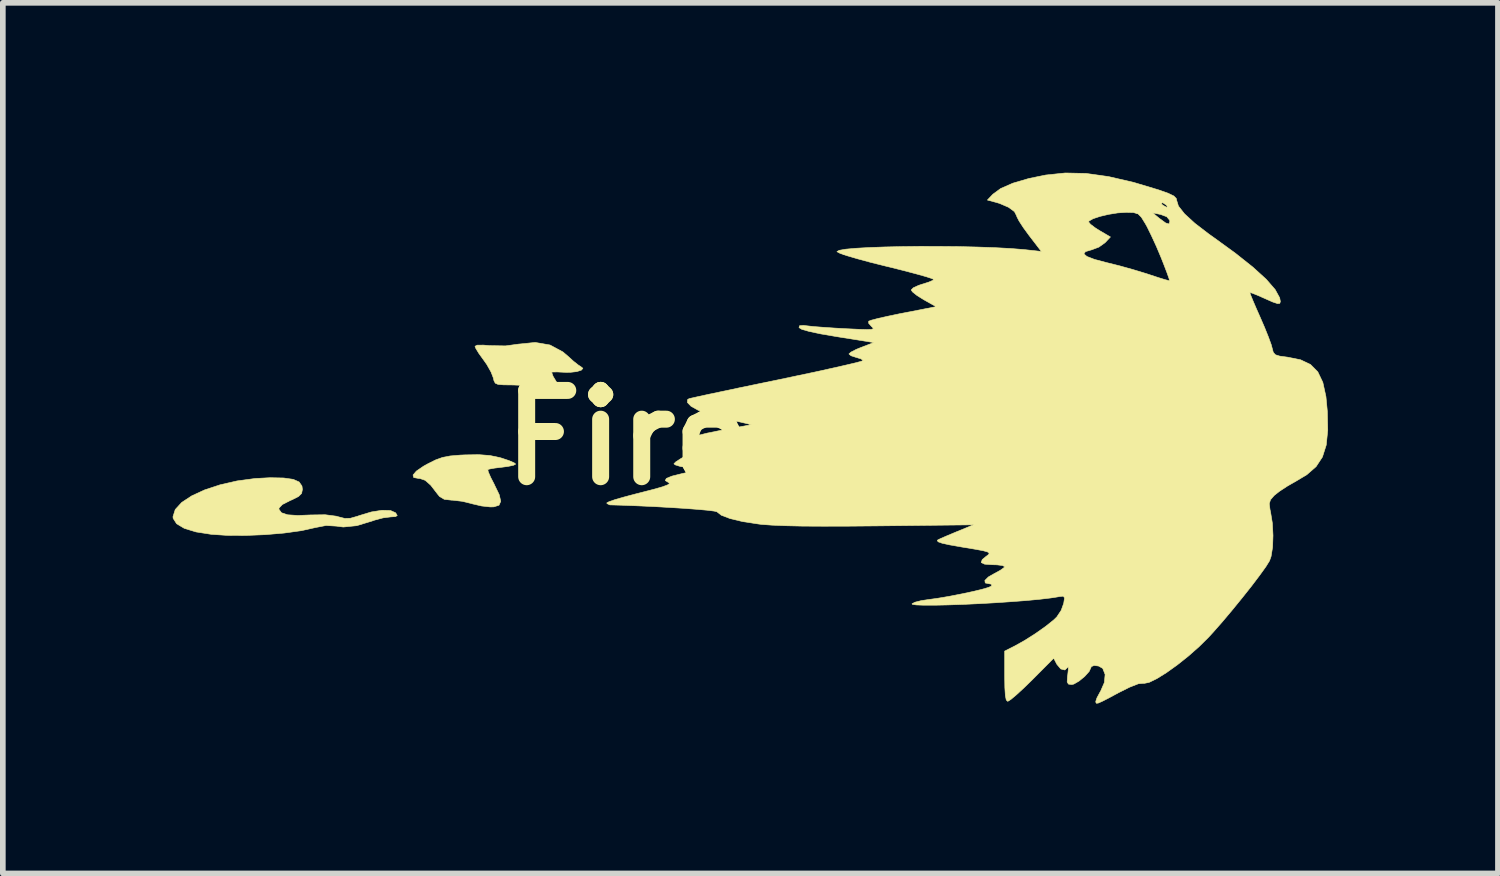
<source format=kicad_pcb>
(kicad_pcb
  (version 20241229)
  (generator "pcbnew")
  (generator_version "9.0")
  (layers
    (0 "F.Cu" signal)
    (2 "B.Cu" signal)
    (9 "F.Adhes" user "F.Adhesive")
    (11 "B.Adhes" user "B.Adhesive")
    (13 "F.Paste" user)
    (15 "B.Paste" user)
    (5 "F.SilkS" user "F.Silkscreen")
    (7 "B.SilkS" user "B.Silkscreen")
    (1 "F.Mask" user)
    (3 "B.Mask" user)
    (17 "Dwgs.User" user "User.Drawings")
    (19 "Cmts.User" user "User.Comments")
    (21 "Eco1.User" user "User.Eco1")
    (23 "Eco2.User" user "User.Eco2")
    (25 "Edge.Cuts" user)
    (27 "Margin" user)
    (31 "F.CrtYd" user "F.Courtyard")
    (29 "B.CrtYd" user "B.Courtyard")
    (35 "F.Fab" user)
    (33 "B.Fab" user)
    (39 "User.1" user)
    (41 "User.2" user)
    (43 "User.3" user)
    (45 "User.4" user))
  (footprint "Fireball"
    (layer "F.Cu")
    (at 10.207 4.68)
    (property "Reference" "Fireball" (at 0 0 0) (layer "F.SilkS") (effects (font (size 1.524 1.524) (thickness 0.3))))
    (attr through_hole)
    (fp_poly (pts (xy -4.605 0.315) (xy -4.432 0.351) (xy -4.398 0.361) (xy -4.267 0.405) (xy -4.177 0.444) (xy -4.149 0.466) (xy -4.187 0.487) (xy -4.286 0.508) (xy -4.386 0.521) (xy -4.519 0.537) (xy -4.613 0.554) (xy -4.642 0.564) (xy -4.632 0.607) (xy -4.59 0.703) (xy -4.524 0.831) (xy -4.524 0.833) (xy -4.44 1.007) (xy -4.413 1.124) (xy -4.444 1.193) (xy -4.536 1.222) (xy -4.602 1.223) (xy -4.753 1.206) (xy -4.912 1.169) (xy -4.932 1.163) (xy -5.093 1.124) (xy -5.262 1.104) (xy -5.279 1.104) (xy -5.41 1.089) (xy -5.494 1.039) (xy -5.533 0.991) (xy -5.65 0.839) (xy -5.748 0.753) (xy -5.842 0.721) (xy -5.863 0.72) (xy -5.95 0.704) (xy -5.962 0.659) (xy -5.903 0.59) (xy -5.776 0.503) (xy -5.704 0.463) (xy -5.564 0.393) (xy -5.442 0.349) (xy -5.308 0.323) (xy -5.132 0.308) (xy -5.043 0.304) (xy -4.799 0.3) (xy -4.605 0.315)) (stroke (width 0.01) (type solid)) (fill yes) (layer "F.SilkS"))
    (fp_poly (pts (xy -3.543 -1.637) (xy -3.316 -1.515) (xy -3.232 -1.444) (xy -3.127 -1.349) (xy -3.039 -1.28) (xy -3.003 -1.258) (xy -2.962 -1.225) (xy -2.989 -1.193) (xy -3.07 -1.167) (xy -3.187 -1.154) (xy -3.291 -1.155) (xy -3.415 -1.161) (xy -3.496 -1.16) (xy -3.514 -1.155) (xy -3.489 -1.084) (xy -3.431 -0.988) (xy -3.365 -0.906) (xy -3.325 -0.874) (xy -3.268 -0.83) (xy -3.26 -0.806) (xy -3.297 -0.773) (xy -3.402 -0.77) (xy -3.561 -0.797) (xy -3.577 -0.801) (xy -3.703 -0.841) (xy -3.797 -0.882) (xy -3.884 -0.906) (xy -4.026 -0.924) (xy -4.193 -0.931) (xy -4.204 -0.931) (xy -4.365 -0.933) (xy -4.461 -0.941) (xy -4.51 -0.963) (xy -4.533 -1.007) (xy -4.544 -1.056) (xy -4.584 -1.159) (xy -4.659 -1.292) (xy -4.719 -1.377) (xy -4.8 -1.489) (xy -4.854 -1.578) (xy -4.868 -1.614) (xy -4.829 -1.634) (xy -4.719 -1.635) (xy -4.613 -1.626) (xy -4.328 -1.621) (xy -4.103 -1.652) (xy -3.804 -1.682) (xy -3.543 -1.637)) (stroke (width 0.01) (type solid)) (fill yes) (layer "F.SilkS"))
    (fp_poly (pts (xy -8.246 0.712) (xy -8.078 0.736) (xy -7.974 0.782) (xy -7.924 0.854) (xy -7.916 0.914) (xy -7.93 0.984) (xy -7.984 1.038) (xy -8.098 1.096) (xy -8.13 1.109) (xy -8.271 1.181) (xy -8.329 1.243) (xy -8.331 1.264) (xy -8.286 1.326) (xy -8.177 1.362) (xy -7.998 1.374) (xy -7.777 1.365) (xy -7.514 1.361) (xy -7.315 1.387) (xy -7.282 1.397) (xy -7.168 1.426) (xy -7.067 1.423) (xy -6.938 1.386) (xy -6.914 1.377) (xy -6.699 1.312) (xy -6.51 1.282) (xy -6.361 1.286) (xy -6.271 1.326) (xy -6.268 1.33) (xy -6.241 1.375) (xy -6.272 1.394) (xy -6.355 1.399) (xy -6.49 1.416) (xy -6.641 1.456) (xy -6.668 1.466) (xy -6.955 1.554) (xy -7.194 1.578) (xy -7.316 1.562) (xy -7.499 1.551) (xy -7.69 1.588) (xy -7.932 1.642) (xy -8.235 1.684) (xy -8.572 1.713) (xy -8.92 1.727) (xy -9.254 1.725) (xy -9.525 1.707) (xy -9.794 1.665) (xy -10.001 1.602) (xy -10.138 1.52) (xy -10.199 1.424) (xy -10.202 1.396) (xy -10.162 1.269) (xy -10.048 1.144) (xy -9.87 1.027) (xy -9.642 0.922) (xy -9.372 0.833) (xy -9.071 0.764) (xy -8.752 0.721) (xy -8.488 0.707) (xy -8.246 0.712)) (stroke (width 0.01) (type solid)) (fill yes) (layer "F.SilkS"))
    (fp_poly (pts (xy 5.924 -4.667) (xy 6.323 -4.611) (xy 6.768 -4.508) (xy 7.204 -4.377) (xy 7.374 -4.317) (xy 7.474 -4.269) (xy 7.518 -4.224) (xy 7.524 -4.194) (xy 7.556 -4.09) (xy 7.663 -3.954) (xy 7.844 -3.788) (xy 8.095 -3.595) (xy 8.17 -3.542) (xy 8.56 -3.259) (xy 8.872 -3.011) (xy 9.107 -2.797) (xy 9.264 -2.616) (xy 9.344 -2.47) (xy 9.356 -2.405) (xy 9.346 -2.372) (xy 9.307 -2.368) (xy 9.222 -2.396) (xy 9.091 -2.454) (xy 8.958 -2.513) (xy 8.86 -2.552) (xy 8.817 -2.565) (xy 8.817 -2.565) (xy 8.829 -2.525) (xy 8.87 -2.424) (xy 8.932 -2.279) (xy 8.996 -2.135) (xy 9.077 -1.948) (xy 9.146 -1.776) (xy 9.195 -1.642) (xy 9.211 -1.582) (xy 9.231 -1.507) (xy 9.269 -1.464) (xy 9.347 -1.44) (xy 9.483 -1.422) (xy 9.712 -1.376) (xy 9.888 -1.293) (xy 10.017 -1.163) (xy 10.106 -0.977) (xy 10.161 -0.726) (xy 10.186 -0.462) (xy 10.193 -0.133) (xy 10.166 0.131) (xy 10.099 0.341) (xy 9.987 0.511) (xy 9.822 0.655) (xy 9.638 0.765) (xy 9.482 0.854) (xy 9.343 0.945) (xy 9.249 1.019) (xy 9.246 1.022) (xy 9.182 1.096) (xy 9.16 1.166) (xy 9.173 1.268) (xy 9.183 1.315) (xy 9.215 1.512) (xy 9.226 1.727) (xy 9.219 1.931) (xy 9.192 2.098) (xy 9.165 2.174) (xy 9.1 2.279) (xy 8.989 2.433) (xy 8.846 2.622) (xy 8.68 2.831) (xy 8.504 3.047) (xy 8.329 3.255) (xy 8.166 3.44) (xy 8.087 3.526) (xy 7.917 3.694) (xy 7.727 3.861) (xy 7.532 4.016) (xy 7.343 4.151) (xy 7.174 4.256) (xy 7.038 4.322) (xy 6.948 4.34) (xy 6.94 4.338) (xy 6.849 4.346) (xy 6.693 4.407) (xy 6.497 4.505) (xy 6.321 4.6) (xy 6.205 4.659) (xy 6.138 4.688) (xy 6.106 4.691) (xy 6.097 4.672) (xy 6.096 4.658) (xy 6.116 4.597) (xy 6.167 4.501) (xy 6.181 4.478) (xy 6.248 4.324) (xy 6.261 4.182) (xy 6.22 4.078) (xy 6.215 4.072) (xy 6.145 4.033) (xy 6.066 4.023) (xy 6.016 4.044) (xy 6.011 4.06) (xy 5.979 4.129) (xy 5.9 4.217) (xy 5.8 4.299) (xy 5.708 4.352) (xy 5.671 4.36) (xy 5.613 4.352) (xy 5.591 4.314) (xy 5.596 4.221) (xy 5.602 4.18) (xy 5.612 4.084) (xy 5.609 4.046) (xy 5.603 4.053) (xy 5.55 4.103) (xy 5.478 4.085) (xy 5.41 4.004) (xy 5.408 4.001) (xy 5.353 3.895) (xy 4.974 4.276) (xy 4.826 4.42) (xy 4.697 4.539) (xy 4.598 4.622) (xy 4.544 4.656) (xy 4.541 4.657) (xy 4.515 4.633) (xy 4.499 4.555) (xy 4.49 4.413) (xy 4.487 4.213) (xy 4.487 3.769) (xy 4.667 3.678) (xy 4.842 3.58) (xy 5.031 3.46) (xy 5.208 3.335) (xy 5.35 3.222) (xy 5.407 3.167) (xy 5.485 3.05) (xy 5.53 2.925) (xy 5.544 2.831) (xy 5.523 2.799) (xy 5.448 2.807) (xy 5.435 2.81) (xy 5.293 2.832) (xy 5.098 2.855) (xy 4.862 2.877) (xy 4.597 2.897) (xy 4.315 2.916) (xy 4.027 2.932) (xy 3.746 2.945) (xy 3.483 2.954) (xy 3.251 2.959) (xy 3.061 2.959) (xy 2.925 2.954) (xy 2.856 2.943) (xy 2.85 2.934) (xy 2.903 2.906) (xy 3.014 2.878) (xy 3.121 2.862) (xy 3.3 2.837) (xy 3.503 2.803) (xy 3.713 2.762) (xy 3.912 2.72) (xy 4.08 2.68) (xy 4.2 2.645) (xy 4.252 2.622) (xy 4.259 2.589) (xy 4.223 2.582) (xy 4.144 2.566) (xy 4.137 2.522) (xy 4.199 2.46) (xy 4.295 2.405) (xy 4.405 2.345) (xy 4.474 2.296) (xy 4.487 2.278) (xy 4.449 2.258) (xy 4.352 2.246) (xy 4.276 2.244) (xy 4.133 2.234) (xy 4.072 2.205) (xy 4.091 2.153) (xy 4.156 2.099) (xy 4.2 2.066) (xy 4.214 2.041) (xy 4.187 2.019) (xy 4.11 1.997) (xy 3.971 1.971) (xy 3.76 1.936) (xy 3.73 1.931) (xy 3.519 1.894) (xy 3.382 1.864) (xy 3.312 1.839) (xy 3.297 1.816) (xy 3.306 1.806) (xy 3.35 1.784) (xy 3.453 1.739) (xy 3.594 1.68) (xy 3.63 1.665) (xy 3.937 1.539) (xy 2.247 1.558) (xy 1.726 1.563) (xy 1.285 1.564) (xy 0.917 1.562) (xy 0.616 1.555) (xy 0.377 1.545) (xy 0.195 1.532) (xy 0.141 1.525) (xy -0.14 1.482) (xy -0.362 1.429) (xy -0.517 1.37) (xy -0.595 1.309) (xy -0.642 1.297) (xy -0.761 1.282) (xy -0.939 1.266) (xy -1.164 1.249) (xy -1.422 1.233) (xy -1.702 1.217) (xy -1.991 1.204) (xy -2.275 1.193) (xy -2.487 1.187) (xy -2.536 1.164) (xy -2.54 1.152) (xy -2.501 1.131) (xy -2.395 1.094) (xy -2.235 1.048) (xy -2.036 0.995) (xy -1.949 0.973) (xy -1.712 0.912) (xy -1.551 0.866) (xy -1.46 0.831) (xy -1.431 0.807) (xy -1.448 0.793) (xy -1.507 0.757) (xy -1.488 0.719) (xy -1.39 0.679) (xy -1.21 0.634) (xy -1.164 0.624) (xy -0.868 0.564) (xy -1.111 0.531) (xy -1.242 0.508) (xy -1.33 0.481) (xy -1.355 0.461) (xy -1.32 0.426) (xy -1.227 0.366) (xy -1.095 0.293) (xy -1.069 0.279) (xy -0.924 0.204) (xy -0.852 0.155) (xy -0.848 0.121) (xy -0.911 0.09) (xy -1.005 0.061) (xy -1.058 0.033) (xy -1.037 0.000401) (xy -0.941 -0.037) (xy -0.765 -0.081) (xy -0.523 -0.13) (xy 0.013 -0.23) (xy -0.375 -0.32) (xy -0.568 -0.369) (xy -0.751 -0.422) (xy -0.892 -0.471) (xy -0.929 -0.486) (xy -1.052 -0.555) (xy -1.116 -0.621) (xy -1.114 -0.672) (xy -1.087 -0.689) (xy -1.036 -0.701) (xy -0.911 -0.729) (xy -0.722 -0.77) (xy -0.479 -0.821) (xy -0.192 -0.882) (xy 0.131 -0.949) (xy 0.476 -1.02) (xy 0.821 -1.093) (xy 1.139 -1.16) (xy 1.419 -1.222) (xy 1.654 -1.275) (xy 1.833 -1.317) (xy 1.948 -1.347) (xy 1.989 -1.362) (xy 1.989 -1.362) (xy 1.953 -1.39) (xy 1.865 -1.418) (xy 1.863 -1.418) (xy 1.774 -1.447) (xy 1.736 -1.479) (xy 1.736 -1.479) (xy 1.772 -1.511) (xy 1.865 -1.559) (xy 1.956 -1.596) (xy 2.176 -1.68) (xy 1.525 -1.784) (xy 1.244 -1.832) (xy 1.036 -1.876) (xy 0.905 -1.913) (xy 0.855 -1.944) (xy 0.864 -1.977) (xy 0.932 -1.983) (xy 1 -1.975) (xy 1.107 -1.963) (xy 1.275 -1.95) (xy 1.48 -1.936) (xy 1.693 -1.924) (xy 1.911 -1.914) (xy 2.055 -1.91) (xy 2.137 -1.913) (xy 2.167 -1.925) (xy 2.157 -1.945) (xy 2.138 -1.961) (xy 2.085 -2.02) (xy 2.085 -2.057) (xy 2.136 -2.076) (xy 2.254 -2.107) (xy 2.424 -2.145) (xy 2.628 -2.188) (xy 2.696 -2.201) (xy 3.276 -2.314) (xy 3.056 -2.438) (xy 2.939 -2.511) (xy 2.859 -2.575) (xy 2.836 -2.609) (xy 2.873 -2.647) (xy 2.967 -2.69) (xy 3.028 -2.71) (xy 3.145 -2.747) (xy 3.222 -2.78) (xy 3.237 -2.792) (xy 3.203 -2.81) (xy 3.099 -2.844) (xy 2.935 -2.89) (xy 2.724 -2.946) (xy 2.478 -3.008) (xy 2.39 -3.029) (xy 2.118 -3.097) (xy 1.886 -3.16) (xy 1.702 -3.214) (xy 1.607 -3.246) (xy 5.886 -3.246) (xy 5.94 -3.2) (xy 6.076 -3.148) (xy 6.288 -3.092) (xy 6.517 -3.035) (xy 6.767 -2.965) (xy 6.991 -2.897) (xy 7.039 -2.881) (xy 7.197 -2.829) (xy 7.32 -2.791) (xy 7.39 -2.773) (xy 7.399 -2.772) (xy 7.389 -2.813) (xy 7.353 -2.915) (xy 7.297 -3.061) (xy 7.25 -3.18) (xy 7.167 -3.377) (xy 7.079 -3.568) (xy 7.002 -3.725) (xy 6.972 -3.779) (xy 6.901 -3.894) (xy 6.842 -3.953) (xy 6.779 -3.971) (xy 7.1 -3.971) (xy 7.222 -3.871) (xy 7.332 -3.791) (xy 7.391 -3.775) (xy 7.404 -3.821) (xy 7.401 -3.84) (xy 7.35 -3.902) (xy 7.243 -3.942) (xy 7.1 -3.971) (xy 6.779 -3.971) (xy 6.763 -3.976) (xy 6.634 -3.979) (xy 6.631 -3.979) (xy 6.483 -3.97) (xy 6.322 -3.944) (xy 6.17 -3.908) (xy 6.047 -3.867) (xy 5.978 -3.827) (xy 5.969 -3.81) (xy 6.003 -3.769) (xy 6.089 -3.704) (xy 6.162 -3.658) (xy 6.355 -3.545) (xy 6.261 -3.445) (xy 6.151 -3.366) (xy 6.026 -3.319) (xy 5.914 -3.286) (xy 5.886 -3.246) (xy 1.607 -3.246) (xy 1.579 -3.256) (xy 1.526 -3.284) (xy 1.525 -3.287) (xy 1.565 -3.309) (xy 1.679 -3.329) (xy 1.857 -3.345) (xy 2.089 -3.358) (xy 2.362 -3.368) (xy 2.668 -3.375) (xy 2.996 -3.379) (xy 3.335 -3.378) (xy 3.675 -3.375) (xy 4.005 -3.367) (xy 4.314 -3.356) (xy 4.593 -3.341) (xy 4.831 -3.322) (xy 4.885 -3.316) (xy 5.135 -3.289) (xy 4.917 -3.573) (xy 4.817 -3.71) (xy 4.741 -3.827) (xy 4.702 -3.903) (xy 4.699 -3.916) (xy 4.66 -3.992) (xy 4.556 -4.069) (xy 4.412 -4.131) (xy 7.252 -4.131) (xy 7.281 -4.106) (xy 7.349 -4.068) (xy 7.358 -4.083) (xy 7.345 -4.106) (xy 7.283 -4.147) (xy 7.268 -4.148) (xy 7.252 -4.131) (xy 4.412 -4.131) (xy 4.404 -4.135) (xy 4.345 -4.153) (xy 4.182 -4.197) (xy 4.278 -4.299) (xy 4.417 -4.401) (xy 4.632 -4.495) (xy 4.915 -4.578) (xy 5.213 -4.639) (xy 5.558 -4.675) (xy 5.924 -4.667)) (stroke (width 0.01) (type solid)) (fill yes) (layer "F.SilkS")))
  (gr_rect
    (start -3 -3)
    (end 23.406 12.376)
    (stroke (width 0.1) (type default))
    (fill no)
    (layer "Edge.Cuts")))
</source>
